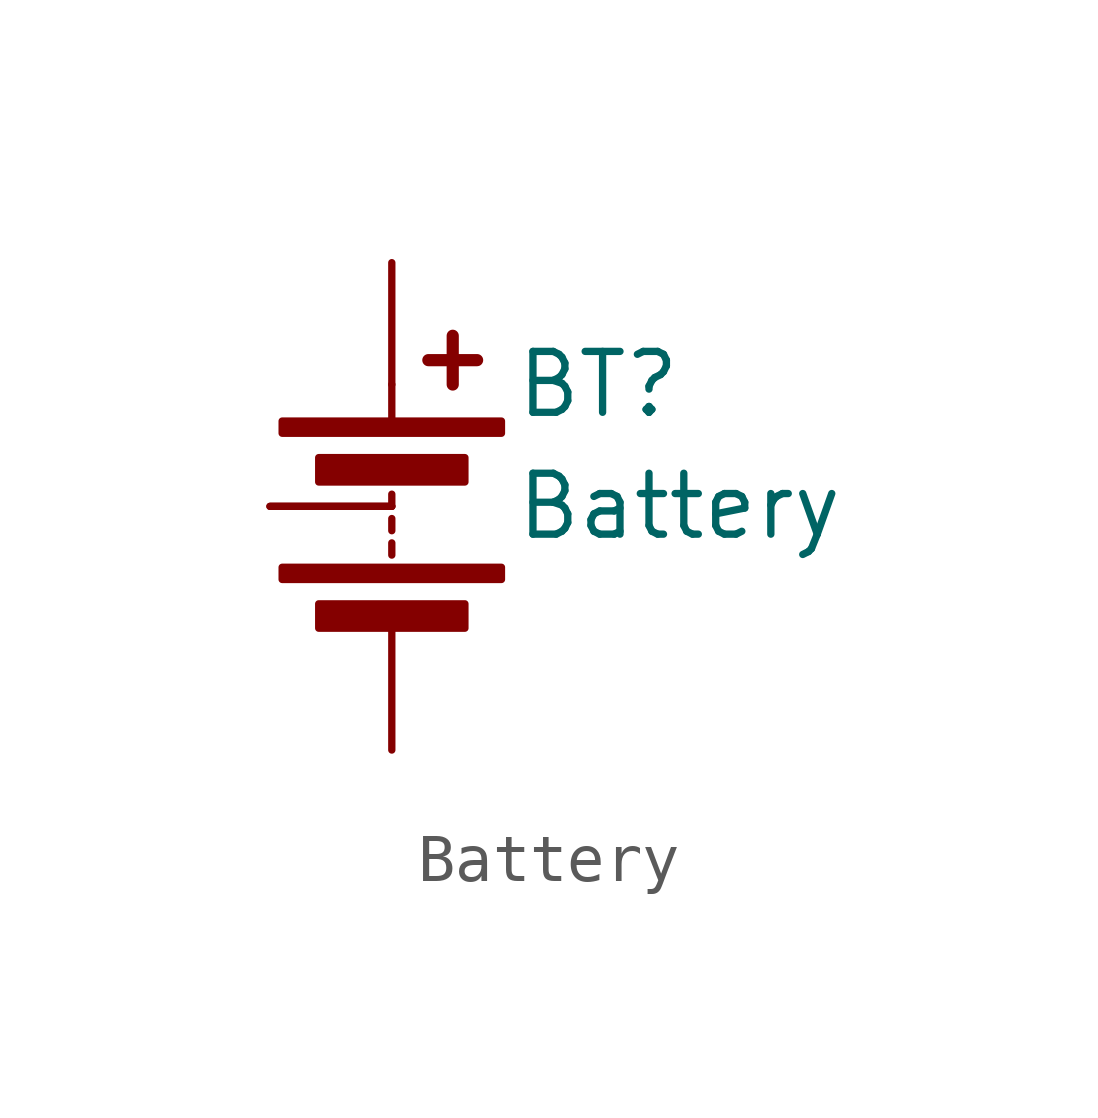
<source format=kicad_sym>
(kicad_symbol_lib
  (version 20220914)
  (generator kicad_symbol_editor)
  (symbol "Battery"
    (pin_numbers hide)
    (pin_names
      (offset 0) hide)
    (property "Reference" "BT"
      (at 2.54 2.54 0)
      (effects (font (size 1.27 1.27)) (justify left)))
    (property "Value" "Battery"
      (at 2.54 0 0)
      (effects (font (size 1.27 1.27)) (justify left)))
    (symbol "Battery_0_1"
      (rectangle (start -2.286 -1.27) (end 2.286 -1.524) (stroke (width 0) (type default)) (fill (type outline)))
      (rectangle (start -2.286 1.778) (end 2.286 1.524) (stroke (width 0) (type default)) (fill (type outline)))
      (rectangle (start -1.524 -2.032) (end 1.524 -2.54) (stroke (width 0) (type default)) (fill (type outline)))
      (rectangle (start -1.524 1.016) (end 1.524 0.508) (stroke (width 0) (type default)) (fill (type outline)))
      (polyline (pts (xy 0 -1.016) (xy 0 -0.762)) (stroke (width 0) (type default)) (fill (type none)))
      (polyline (pts (xy 0 -0.508) (xy 0 -0.254)) (stroke (width 0) (type default)) (fill (type none)))
      (polyline (pts (xy 0 0) (xy 0 0.254)) (stroke (width 0) (type default)) (fill (type none)))
      (polyline (pts (xy 0 1.778) (xy 0 2.54)) (stroke (width 0) (type default)) (fill (type none)))
      (polyline (pts (xy 0.762 3.048) (xy 1.778 3.048)) (stroke (width 0.254) (type default)) (fill (type none)))
      (polyline (pts (xy 1.27 3.556) (xy 1.27 2.54)) (stroke (width 0.254) (type default)) (fill (type none))))
    (symbol "Battery_1_1"
      (pin passive line (at 0 5.08 270) (length 2.54) (name "+" (effects (font (size 1.27 1.27)))) (number "1" (effects (font (size 1.27 1.27)))))
      (pin passive line (at -2.54 0 0) (length 2.54) (name "middle" (effects (font (size 1.27 1.27)))) (number "2" (effects (font (size 1.27 1.27)))))
      (pin passive line (at 0 -5.08 90) (length 2.54) (name "-" (effects (font (size 1.27 1.27)))) (number "3" (effects (font (size 1.27 1.27)))))
      (pin passive line (at -2.54 0 0) (length 2.54) (name "middle" (effects (font (size 1.27 1.27)))) (number "4" (effects (font (size 1.27 1.27))))))))
</source>
